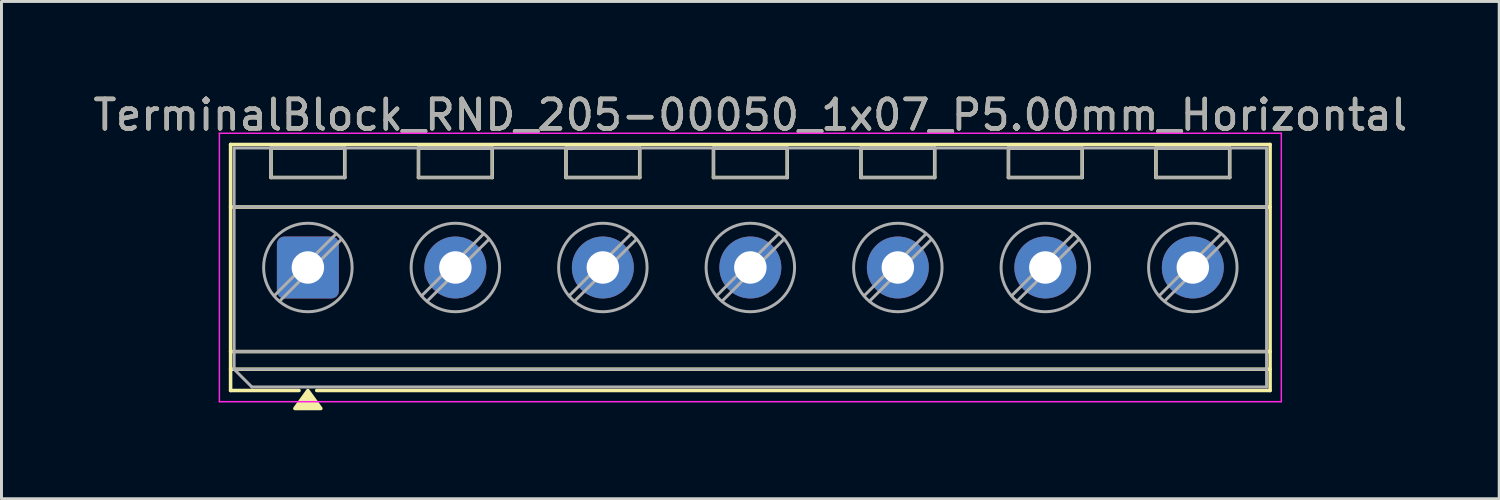
<source format=kicad_pcb>
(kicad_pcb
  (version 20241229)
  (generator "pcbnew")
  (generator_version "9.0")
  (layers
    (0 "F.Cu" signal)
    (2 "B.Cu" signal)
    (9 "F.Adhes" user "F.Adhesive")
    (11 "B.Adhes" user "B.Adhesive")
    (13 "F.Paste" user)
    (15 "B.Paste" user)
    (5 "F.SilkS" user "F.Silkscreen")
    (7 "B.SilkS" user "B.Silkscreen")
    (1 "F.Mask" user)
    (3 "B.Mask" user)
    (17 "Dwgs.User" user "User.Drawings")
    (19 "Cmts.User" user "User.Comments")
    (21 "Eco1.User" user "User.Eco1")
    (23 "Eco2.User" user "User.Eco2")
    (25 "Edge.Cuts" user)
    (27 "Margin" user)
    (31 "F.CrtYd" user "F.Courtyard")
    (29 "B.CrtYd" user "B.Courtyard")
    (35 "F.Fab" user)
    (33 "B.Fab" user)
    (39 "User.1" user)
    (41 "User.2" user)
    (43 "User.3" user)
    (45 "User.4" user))
  (footprint "TerminalBlock_RND_205-00050_1x07_P5.00mm_Horizontal"
    (layer "F.Cu")
    (at 7.387 6.018)
    (property "Reference" "TerminalBlock_RND_205-00050_1x07_P5.00mm_Horizontal" (at 15 -5.17 0) (layer "F.SilkS") (effects (font (size 1 1) (thickness 0.15))))
    (attr through_hole)
    (fp_line (start -2.62 -4.17) (end 32.62 -4.17) (stroke (width 0.12) (type solid)) (layer "F.SilkS"))
    (fp_line (start -2.62 -2.05) (end 32.62 -2.05) (stroke (width 0.12) (type solid)) (layer "F.SilkS"))
    (fp_line (start -2.62 2.85) (end 32.62 2.85) (stroke (width 0.12) (type solid)) (layer "F.SilkS"))
    (fp_line (start -2.62 3.45) (end 32.62 3.45) (stroke (width 0.12) (type solid)) (layer "F.SilkS"))
    (fp_line (start -2.62 4.17) (end -2.62 -4.17) (stroke (width 0.12) (type solid)) (layer "F.SilkS"))
    (fp_line (start -1.25 -4.05) (end 1.25 -4.05) (stroke (width 0.12) (type solid)) (layer "F.SilkS"))
    (fp_line (start -1.25 -3.05) (end -1.25 -4.05) (stroke (width 0.12) (type solid)) (layer "F.SilkS"))
    (fp_line (start -0.3 4.17) (end -2.62 4.17) (stroke (width 0.12) (type solid)) (layer "F.SilkS"))
    (fp_line (start 1.25 -4.05) (end 1.25 -3.05) (stroke (width 0.12) (type solid)) (layer "F.SilkS"))
    (fp_line (start 1.25 -3.05) (end -1.25 -3.05) (stroke (width 0.12) (type solid)) (layer "F.SilkS"))
    (fp_line (start 3.75 -4.05) (end 6.25 -4.05) (stroke (width 0.12) (type solid)) (layer "F.SilkS"))
    (fp_line (start 3.75 -3.05) (end 3.75 -4.05) (stroke (width 0.12) (type solid)) (layer "F.SilkS"))
    (fp_line (start 6.25 -4.05) (end 6.25 -3.05) (stroke (width 0.12) (type solid)) (layer "F.SilkS"))
    (fp_line (start 6.25 -3.05) (end 3.75 -3.05) (stroke (width 0.12) (type solid)) (layer "F.SilkS"))
    (fp_line (start 8.75 -4.05) (end 11.25 -4.05) (stroke (width 0.12) (type solid)) (layer "F.SilkS"))
    (fp_line (start 8.75 -3.05) (end 8.75 -4.05) (stroke (width 0.12) (type solid)) (layer "F.SilkS"))
    (fp_line (start 11.25 -4.05) (end 11.25 -3.05) (stroke (width 0.12) (type solid)) (layer "F.SilkS"))
    (fp_line (start 11.25 -3.05) (end 8.75 -3.05) (stroke (width 0.12) (type solid)) (layer "F.SilkS"))
    (fp_line (start 13.75 -4.05) (end 16.25 -4.05) (stroke (width 0.12) (type solid)) (layer "F.SilkS"))
    (fp_line (start 13.75 -3.05) (end 13.75 -4.05) (stroke (width 0.12) (type solid)) (layer "F.SilkS"))
    (fp_line (start 16.25 -4.05) (end 16.25 -3.05) (stroke (width 0.12) (type solid)) (layer "F.SilkS"))
    (fp_line (start 16.25 -3.05) (end 13.75 -3.05) (stroke (width 0.12) (type solid)) (layer "F.SilkS"))
    (fp_line (start 18.75 -4.05) (end 21.25 -4.05) (stroke (width 0.12) (type solid)) (layer "F.SilkS"))
    (fp_line (start 18.75 -3.05) (end 18.75 -4.05) (stroke (width 0.12) (type solid)) (layer "F.SilkS"))
    (fp_line (start 21.25 -4.05) (end 21.25 -3.05) (stroke (width 0.12) (type solid)) (layer "F.SilkS"))
    (fp_line (start 21.25 -3.05) (end 18.75 -3.05) (stroke (width 0.12) (type solid)) (layer "F.SilkS"))
    (fp_line (start 23.75 -4.05) (end 26.25 -4.05) (stroke (width 0.12) (type solid)) (layer "F.SilkS"))
    (fp_line (start 23.75 -3.05) (end 23.75 -4.05) (stroke (width 0.12) (type solid)) (layer "F.SilkS"))
    (fp_line (start 26.25 -4.05) (end 26.25 -3.05) (stroke (width 0.12) (type solid)) (layer "F.SilkS"))
    (fp_line (start 26.25 -3.05) (end 23.75 -3.05) (stroke (width 0.12) (type solid)) (layer "F.SilkS"))
    (fp_line (start 28.75 -4.05) (end 31.25 -4.05) (stroke (width 0.12) (type solid)) (layer "F.SilkS"))
    (fp_line (start 28.75 -3.05) (end 28.75 -4.05) (stroke (width 0.12) (type solid)) (layer "F.SilkS"))
    (fp_line (start 31.25 -4.05) (end 31.25 -3.05) (stroke (width 0.12) (type solid)) (layer "F.SilkS"))
    (fp_line (start 31.25 -3.05) (end 28.75 -3.05) (stroke (width 0.12) (type solid)) (layer "F.SilkS"))
    (fp_line (start 32.62 -4.17) (end 32.62 4.17) (stroke (width 0.12) (type solid)) (layer "F.SilkS"))
    (fp_line (start 32.62 4.17) (end 0.3 4.17) (stroke (width 0.12) (type solid)) (layer "F.SilkS"))
    (fp_poly (pts (xy 0 4.17) (xy 0.44 4.78) (xy -0.44 4.78)) (stroke (width 0.12) (type solid)) (fill yes) (layer "F.SilkS"))
    (fp_line (start -3 -4.55) (end -3 4.55) (stroke (width 0.05) (type solid)) (layer "F.CrtYd"))
    (fp_line (start -3 4.55) (end 33 4.55) (stroke (width 0.05) (type solid)) (layer "F.CrtYd"))
    (fp_line (start 33 -4.55) (end -3 -4.55) (stroke (width 0.05) (type solid)) (layer "F.CrtYd"))
    (fp_line (start 33 4.55) (end 33 -4.55) (stroke (width 0.05) (type solid)) (layer "F.CrtYd"))
    (fp_line (start -2.5 -4.05) (end 32.5 -4.05) (stroke (width 0.1) (type solid)) (layer "F.Fab"))
    (fp_line (start -2.5 -2.05) (end 32.5 -2.05) (stroke (width 0.1) (type solid)) (layer "F.Fab"))
    (fp_line (start -2.5 2.85) (end 32.5 2.85) (stroke (width 0.1) (type solid)) (layer "F.Fab"))
    (fp_line (start -2.5 3.45) (end -2.5 -4.05) (stroke (width 0.1) (type solid)) (layer "F.Fab"))
    (fp_line (start -2.5 3.45) (end 32.5 3.45) (stroke (width 0.1) (type solid)) (layer "F.Fab"))
    (fp_line (start -1.9 4.05) (end -2.5 3.45) (stroke (width 0.1) (type solid)) (layer "F.Fab"))
    (fp_line (start -1.25 -4.05) (end -1.25 -3.05) (stroke (width 0.1) (type solid)) (layer "F.Fab"))
    (fp_line (start -1.25 -3.05) (end 1.25 -3.05) (stroke (width 0.1) (type solid)) (layer "F.Fab"))
    (fp_line (start 0.955 -1.138) (end -1.138 0.955) (stroke (width 0.1) (type solid)) (layer "F.Fab"))
    (fp_line (start 1.138 -0.955) (end -0.955 1.138) (stroke (width 0.1) (type solid)) (layer "F.Fab"))
    (fp_line (start 1.25 -4.05) (end -1.25 -4.05) (stroke (width 0.1) (type solid)) (layer "F.Fab"))
    (fp_line (start 1.25 -3.05) (end 1.25 -4.05) (stroke (width 0.1) (type solid)) (layer "F.Fab"))
    (fp_line (start 3.75 -4.05) (end 3.75 -3.05) (stroke (width 0.1) (type solid)) (layer "F.Fab"))
    (fp_line (start 3.75 -3.05) (end 6.25 -3.05) (stroke (width 0.1) (type solid)) (layer "F.Fab"))
    (fp_line (start 5.955 -1.138) (end 3.862 0.955) (stroke (width 0.1) (type solid)) (layer "F.Fab"))
    (fp_line (start 6.138 -0.955) (end 4.045 1.138) (stroke (width 0.1) (type solid)) (layer "F.Fab"))
    (fp_line (start 6.25 -4.05) (end 3.75 -4.05) (stroke (width 0.1) (type solid)) (layer "F.Fab"))
    (fp_line (start 6.25 -3.05) (end 6.25 -4.05) (stroke (width 0.1) (type solid)) (layer "F.Fab"))
    (fp_line (start 8.75 -4.05) (end 8.75 -3.05) (stroke (width 0.1) (type solid)) (layer "F.Fab"))
    (fp_line (start 8.75 -3.05) (end 11.25 -3.05) (stroke (width 0.1) (type solid)) (layer "F.Fab"))
    (fp_line (start 10.955 -1.138) (end 8.862 0.955) (stroke (width 0.1) (type solid)) (layer "F.Fab"))
    (fp_line (start 11.138 -0.955) (end 9.045 1.138) (stroke (width 0.1) (type solid)) (layer "F.Fab"))
    (fp_line (start 11.25 -4.05) (end 8.75 -4.05) (stroke (width 0.1) (type solid)) (layer "F.Fab"))
    (fp_line (start 11.25 -3.05) (end 11.25 -4.05) (stroke (width 0.1) (type solid)) (layer "F.Fab"))
    (fp_line (start 13.75 -4.05) (end 13.75 -3.05) (stroke (width 0.1) (type solid)) (layer "F.Fab"))
    (fp_line (start 13.75 -3.05) (end 16.25 -3.05) (stroke (width 0.1) (type solid)) (layer "F.Fab"))
    (fp_line (start 15.955 -1.138) (end 13.862 0.955) (stroke (width 0.1) (type solid)) (layer "F.Fab"))
    (fp_line (start 16.138 -0.955) (end 14.045 1.138) (stroke (width 0.1) (type solid)) (layer "F.Fab"))
    (fp_line (start 16.25 -4.05) (end 13.75 -4.05) (stroke (width 0.1) (type solid)) (layer "F.Fab"))
    (fp_line (start 16.25 -3.05) (end 16.25 -4.05) (stroke (width 0.1) (type solid)) (layer "F.Fab"))
    (fp_line (start 18.75 -4.05) (end 18.75 -3.05) (stroke (width 0.1) (type solid)) (layer "F.Fab"))
    (fp_line (start 18.75 -3.05) (end 21.25 -3.05) (stroke (width 0.1) (type solid)) (layer "F.Fab"))
    (fp_line (start 20.955 -1.138) (end 18.862 0.955) (stroke (width 0.1) (type solid)) (layer "F.Fab"))
    (fp_line (start 21.138 -0.955) (end 19.045 1.138) (stroke (width 0.1) (type solid)) (layer "F.Fab"))
    (fp_line (start 21.25 -4.05) (end 18.75 -4.05) (stroke (width 0.1) (type solid)) (layer "F.Fab"))
    (fp_line (start 21.25 -3.05) (end 21.25 -4.05) (stroke (width 0.1) (type solid)) (layer "F.Fab"))
    (fp_line (start 23.75 -4.05) (end 23.75 -3.05) (stroke (width 0.1) (type solid)) (layer "F.Fab"))
    (fp_line (start 23.75 -3.05) (end 26.25 -3.05) (stroke (width 0.1) (type solid)) (layer "F.Fab"))
    (fp_line (start 25.955 -1.138) (end 23.862 0.955) (stroke (width 0.1) (type solid)) (layer "F.Fab"))
    (fp_line (start 26.138 -0.955) (end 24.045 1.138) (stroke (width 0.1) (type solid)) (layer "F.Fab"))
    (fp_line (start 26.25 -4.05) (end 23.75 -4.05) (stroke (width 0.1) (type solid)) (layer "F.Fab"))
    (fp_line (start 26.25 -3.05) (end 26.25 -4.05) (stroke (width 0.1) (type solid)) (layer "F.Fab"))
    (fp_line (start 28.75 -4.05) (end 28.75 -3.05) (stroke (width 0.1) (type solid)) (layer "F.Fab"))
    (fp_line (start 28.75 -3.05) (end 31.25 -3.05) (stroke (width 0.1) (type solid)) (layer "F.Fab"))
    (fp_line (start 30.955 -1.138) (end 28.862 0.955) (stroke (width 0.1) (type solid)) (layer "F.Fab"))
    (fp_line (start 31.138 -0.955) (end 29.045 1.138) (stroke (width 0.1) (type solid)) (layer "F.Fab"))
    (fp_line (start 31.25 -4.05) (end 28.75 -4.05) (stroke (width 0.1) (type solid)) (layer "F.Fab"))
    (fp_line (start 31.25 -3.05) (end 31.25 -4.05) (stroke (width 0.1) (type solid)) (layer "F.Fab"))
    (fp_line (start 32.5 -4.05) (end 32.5 4.05) (stroke (width 0.1) (type solid)) (layer "F.Fab"))
    (fp_line (start 32.5 4.05) (end -1.9 4.05) (stroke (width 0.1) (type solid)) (layer "F.Fab"))
    (fp_circle (center 0 0) (end 1.5 0) (stroke (width 0.1) (type solid)) (fill no) (layer "F.Fab"))
    (fp_circle (center 5 0) (end 6.5 0) (stroke (width 0.1) (type solid)) (fill no) (layer "F.Fab"))
    (fp_circle (center 10 0) (end 11.5 0) (stroke (width 0.1) (type solid)) (fill no) (layer "F.Fab"))
    (fp_circle (center 15 0) (end 16.5 0) (stroke (width 0.1) (type solid)) (fill no) (layer "F.Fab"))
    (fp_circle (center 20 0) (end 21.5 0) (stroke (width 0.1) (type solid)) (fill no) (layer "F.Fab"))
    (fp_circle (center 25 0) (end 26.5 0) (stroke (width 0.1) (type solid)) (fill no) (layer "F.Fab"))
    (fp_circle (center 30 0) (end 31.5 0) (stroke (width 0.1) (type solid)) (fill no) (layer "F.Fab"))
    (fp_text user "${REFERENCE}" (at 15 -5.17 0) (layer "F.Fab") (effects (font (size 1 1) (thickness 0.15))))
    (pad "1" thru_hole roundrect (at 0 0) (size 2.1 2.1) (drill 1.1) (layers "*.Cu" "*.Mask") (roundrect_rratio 0.119))
    (pad "2" thru_hole circle (at 5 0) (size 2.1 2.1) (drill 1.1) (layers "*.Cu" "*.Mask"))
    (pad "3" thru_hole circle (at 10 0) (size 2.1 2.1) (drill 1.1) (layers "*.Cu" "*.Mask"))
    (pad "4" thru_hole circle (at 15 0) (size 2.1 2.1) (drill 1.1) (layers "*.Cu" "*.Mask"))
    (pad "5" thru_hole circle (at 20 0) (size 2.1 2.1) (drill 1.1) (layers "*.Cu" "*.Mask"))
    (pad "6" thru_hole circle (at 25 0) (size 2.1 2.1) (drill 1.1) (layers "*.Cu" "*.Mask"))
    (pad "7" thru_hole circle (at 30 0) (size 2.1 2.1) (drill 1.1) (layers "*.Cu" "*.Mask")))
  (gr_rect
    (start -3 -3)
    (end 47.774 13.858)
    (stroke (width 0.1) (type default))
    (fill no)
    (layer "Edge.Cuts")))
</source>
